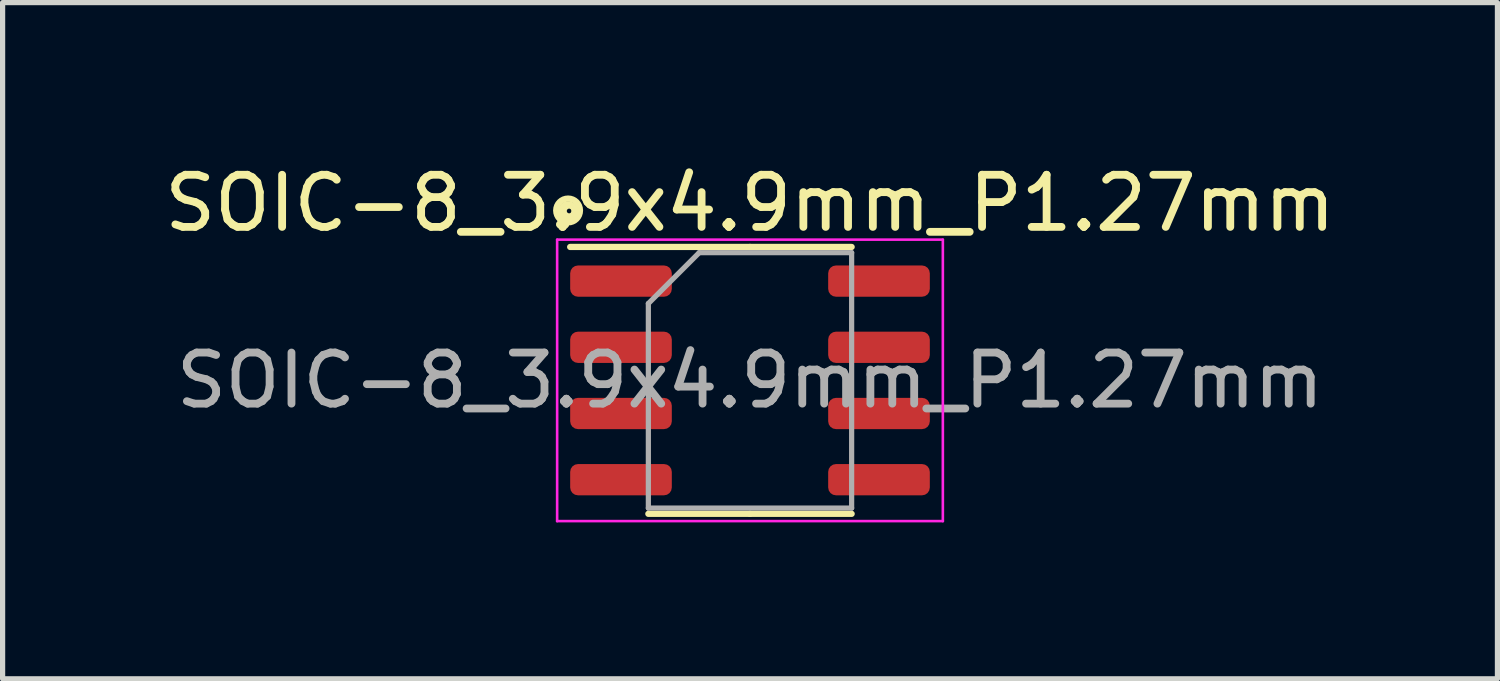
<source format=kicad_pcb>
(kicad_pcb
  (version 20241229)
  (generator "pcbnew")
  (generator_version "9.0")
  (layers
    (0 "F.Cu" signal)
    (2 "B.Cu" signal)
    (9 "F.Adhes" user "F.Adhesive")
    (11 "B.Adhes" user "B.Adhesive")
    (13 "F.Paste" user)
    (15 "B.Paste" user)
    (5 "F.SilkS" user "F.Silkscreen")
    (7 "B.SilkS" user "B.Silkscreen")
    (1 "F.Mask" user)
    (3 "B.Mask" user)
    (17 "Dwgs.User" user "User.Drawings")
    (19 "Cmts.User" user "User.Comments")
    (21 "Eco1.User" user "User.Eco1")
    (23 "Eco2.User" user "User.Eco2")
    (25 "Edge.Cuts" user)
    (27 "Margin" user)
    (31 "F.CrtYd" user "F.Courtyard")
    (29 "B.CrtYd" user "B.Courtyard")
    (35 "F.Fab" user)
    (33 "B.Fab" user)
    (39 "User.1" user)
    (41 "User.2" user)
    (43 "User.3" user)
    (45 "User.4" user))
  (footprint "SOIC-8_3.9x4.9mm_P1.27mm"
    (layer "F.Cu")
    (at 11.339 4.248)
    (property "Reference" "SOIC-8_3.9x4.9mm_P1.27mm" (at 0 -3.4 0) (layer "F.SilkS") (effects (font (size 1 1) (thickness 0.15))))
    (attr smd)
    (fp_line (start 0 -2.56) (end -3.45 -2.56) (stroke (width 0.12) (type solid)) (layer "F.SilkS"))
    (fp_line (start 0 -2.56) (end 1.95 -2.56) (stroke (width 0.12) (type solid)) (layer "F.SilkS"))
    (fp_line (start 0 2.56) (end -1.95 2.56) (stroke (width 0.12) (type solid)) (layer "F.SilkS"))
    (fp_line (start 0 2.56) (end 1.95 2.56) (stroke (width 0.12) (type solid)) (layer "F.SilkS"))
    (fp_circle (center -3.49 -3.26) (end -3.35 -3.08) (stroke (width 0.12) (type solid)) (fill no) (layer "F.SilkS"))
    (fp_circle (center -3.49 -3.25) (end -3.41 -3.15) (stroke (width 0.12) (type solid)) (fill no) (layer "F.SilkS"))
    (fp_circle (center -3.47 -3.25) (end -3.45 -3.21) (stroke (width 0.12) (type solid)) (fill no) (layer "F.SilkS"))
    (fp_line (start -3.7 -2.7) (end -3.7 2.7) (stroke (width 0.05) (type solid)) (layer "F.CrtYd"))
    (fp_line (start -3.7 2.7) (end 3.7 2.7) (stroke (width 0.05) (type solid)) (layer "F.CrtYd"))
    (fp_line (start 3.7 -2.7) (end -3.7 -2.7) (stroke (width 0.05) (type solid)) (layer "F.CrtYd"))
    (fp_line (start 3.7 2.7) (end 3.7 -2.7) (stroke (width 0.05) (type solid)) (layer "F.CrtYd"))
    (fp_line (start -1.95 -1.475) (end -0.975 -2.45) (stroke (width 0.1) (type solid)) (layer "F.Fab"))
    (fp_line (start -1.95 2.45) (end -1.95 -1.475) (stroke (width 0.1) (type solid)) (layer "F.Fab"))
    (fp_line (start -0.975 -2.45) (end 1.95 -2.45) (stroke (width 0.1) (type solid)) (layer "F.Fab"))
    (fp_line (start 1.95 -2.45) (end 1.95 2.45) (stroke (width 0.1) (type solid)) (layer "F.Fab"))
    (fp_line (start 1.95 2.45) (end -1.95 2.45) (stroke (width 0.1) (type solid)) (layer "F.Fab"))
    (fp_text user "${REFERENCE}" (at 0 0 0) (layer "F.Fab") (effects (font (size 0.98 0.98) (thickness 0.15))))
    (pad "1" smd roundrect (at -2.475 -1.905) (size 1.95 0.6) (layers "F.Cu" "F.Mask" "F.Paste") (roundrect_rratio 0.25))
    (pad "1" smd roundrect (at -2.475 -0.635) (size 1.95 0.6) (layers "F.Cu" "F.Mask" "F.Paste") (roundrect_rratio 0.25))
    (pad "1" smd roundrect (at -2.475 0.635) (size 1.95 0.6) (layers "F.Cu" "F.Mask" "F.Paste") (roundrect_rratio 0.25))
    (pad "4" smd roundrect (at -2.475 1.905) (size 1.95 0.6) (layers "F.Cu" "F.Mask" "F.Paste") (roundrect_rratio 0.25))
    (pad "5" smd roundrect (at 2.475 -1.905) (size 1.95 0.6) (layers "F.Cu" "F.Mask" "F.Paste") (roundrect_rratio 0.25))
    (pad "5" smd roundrect (at 2.475 -0.635) (size 1.95 0.6) (layers "F.Cu" "F.Mask" "F.Paste") (roundrect_rratio 0.25))
    (pad "5" smd roundrect (at 2.475 0.635) (size 1.95 0.6) (layers "F.Cu" "F.Mask" "F.Paste") (roundrect_rratio 0.25))
    (pad "5" smd roundrect (at 2.475 1.905) (size 1.95 0.6) (layers "F.Cu" "F.Mask" "F.Paste") (roundrect_rratio 0.25)))
  (gr_rect
    (start -3 -3)
    (end 25.679 9.973)
    (stroke (width 0.1) (type default))
    (fill no)
    (layer "Edge.Cuts")))
</source>
